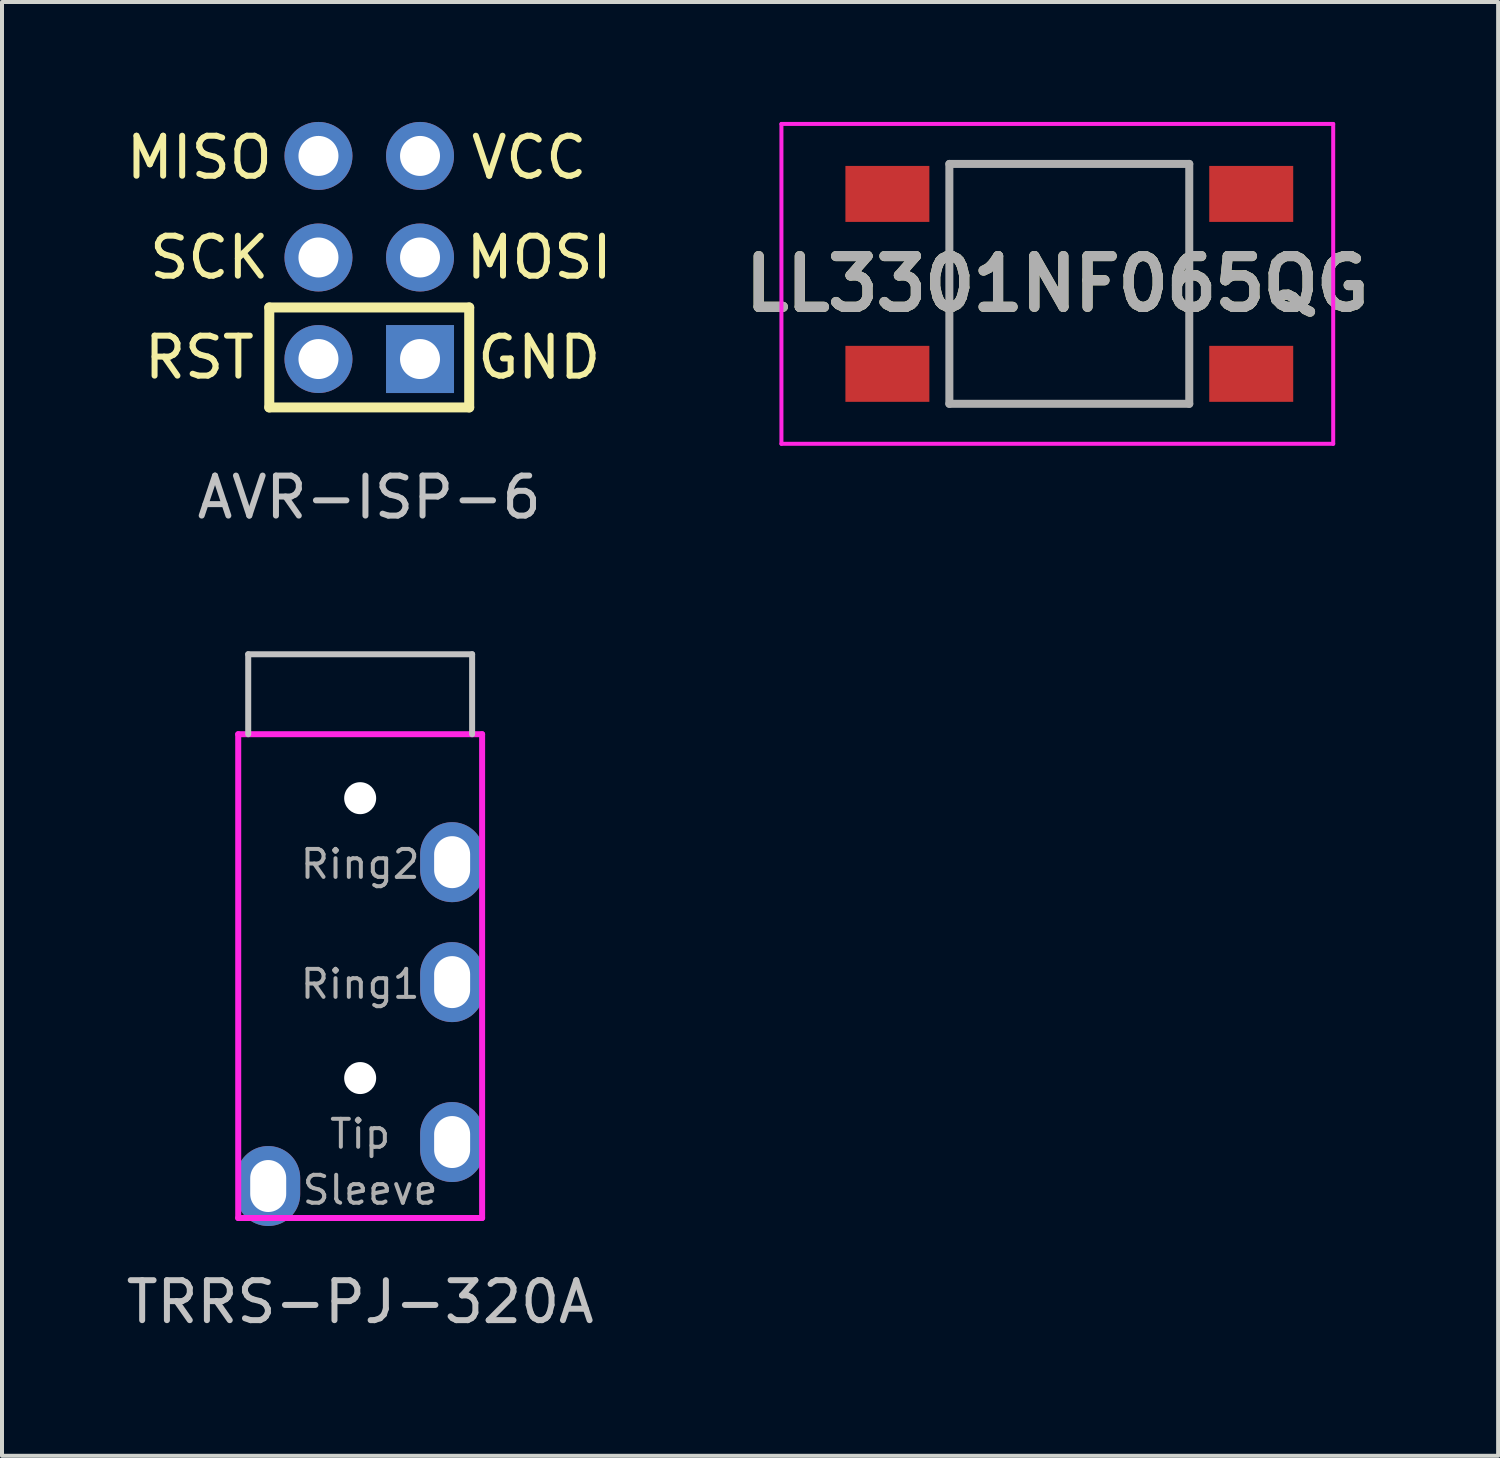
<source format=kicad_pcb>
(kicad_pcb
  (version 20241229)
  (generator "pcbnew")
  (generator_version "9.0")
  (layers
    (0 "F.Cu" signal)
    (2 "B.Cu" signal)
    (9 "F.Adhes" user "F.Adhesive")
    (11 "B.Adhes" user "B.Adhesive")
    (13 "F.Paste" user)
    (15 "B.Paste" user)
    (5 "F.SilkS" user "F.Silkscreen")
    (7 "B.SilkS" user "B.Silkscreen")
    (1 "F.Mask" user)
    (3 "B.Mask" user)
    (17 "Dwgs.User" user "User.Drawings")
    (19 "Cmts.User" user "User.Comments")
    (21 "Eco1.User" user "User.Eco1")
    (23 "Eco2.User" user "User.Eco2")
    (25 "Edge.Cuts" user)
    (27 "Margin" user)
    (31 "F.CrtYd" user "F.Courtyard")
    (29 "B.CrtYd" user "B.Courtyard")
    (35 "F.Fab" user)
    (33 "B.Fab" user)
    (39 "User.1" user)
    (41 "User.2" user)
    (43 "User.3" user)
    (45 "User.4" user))
  (footprint "AVR-ISP-6"
    (layer "F.Cu")
    (at 6.185 3.39)
    (property "Reference" "AVR-ISP-6" (at 0 6 0) (layer "Dwgs.User") (effects (font (size 1 1) (thickness 0.15))))
    (attr exclude_from_pos_files exclude_from_bom)
    (fp_line (start -2.5 1.25) (end 2.5 1.25) (stroke (width 0.25) (type solid)) (layer "F.SilkS"))
    (fp_line (start -2.5 3.75) (end -2.5 1.25) (stroke (width 0.25) (type solid)) (layer "F.SilkS"))
    (fp_line (start 2.5 1.25) (end 2.5 3.75) (stroke (width 0.25) (type solid)) (layer "F.SilkS"))
    (fp_line (start 2.5 3.75) (end -2.5 3.75) (stroke (width 0.25) (type solid)) (layer "F.SilkS"))
    (fp_text user "MISO" (at -4.25 -2.5 0) (layer "F.SilkS") (effects (font (size 1 1) (thickness 0.15))))
    (fp_text user "GND" (at 4.25 2.5 0) (layer "F.SilkS") (effects (font (size 1 1) (thickness 0.15))))
    (fp_text user "VCC" (at 4 -2.5 0) (layer "F.SilkS") (effects (font (size 1 1) (thickness 0.15))))
    (fp_text user "SCK" (at -4 0 0) (layer "F.SilkS") (effects (font (size 1 1) (thickness 0.15))))
    (fp_text user "MOSI" (at 4.25 0 0) (layer "F.SilkS") (effects (font (size 1 1) (thickness 0.15))))
    (fp_text user "RST" (at -4.25 2.5 0) (layer "F.SilkS") (effects (font (size 1 1) (thickness 0.15))))
    (pad "1" thru_hole circle (at -1.27 -2.54) (size 1.7 1.7) (drill 1) (layers "*.Cu" "F.Mask"))
    (pad "2" thru_hole circle (at 1.27 -2.54) (size 1.7 1.7) (drill 1) (layers "*.Cu" "F.Mask"))
    (pad "3" thru_hole circle (at -1.27 0) (size 1.7 1.7) (drill 1) (layers "*.Cu" "F.Mask"))
    (pad "4" thru_hole circle (at 1.27 0) (size 1.7 1.7) (drill 1) (layers "*.Cu" "F.Mask"))
    (pad "5" thru_hole circle (at -1.27 2.54) (size 1.7 1.7) (drill 1) (layers "*.Cu" "F.Mask"))
    (pad "6" thru_hole rect (at 1.27 2.54) (size 1.7 1.7) (drill 1) (layers "*.Cu" "F.Mask")))
  (footprint "TRRS-PJ-320A"
    (layer "F.Cu")
    (at 5.958 15.313)
    (property "Reference" "TRRS-PJ-320A" (at 0 14.2 0) (layer "Dwgs.User") (effects (font (size 1 1) (thickness 0.15))))
    (attr through_hole)
    (fp_line (start -2.8 0) (end -2.8 -2) (stroke (width 0.15) (type solid)) (layer "Dwgs.User"))
    (fp_line (start 2.8 -2) (end -2.8 -2) (stroke (width 0.15) (type solid)) (layer "Dwgs.User"))
    (fp_line (start 2.8 0) (end 2.8 -2) (stroke (width 0.15) (type solid)) (layer "Dwgs.User"))
    (fp_line (start -3.05 0) (end -3.05 12.1) (stroke (width 0.15) (type solid)) (layer "F.CrtYd"))
    (fp_line (start 3.05 0) (end -3.05 0) (stroke (width 0.15) (type solid)) (layer "F.CrtYd"))
    (fp_line (start 3.05 0) (end 3.05 12.1) (stroke (width 0.15) (type solid)) (layer "F.CrtYd"))
    (fp_line (start 3.05 12.1) (end -3.05 12.1) (stroke (width 0.15) (type solid)) (layer "F.CrtYd"))
    (fp_text user "Ring1" (at 0 6.25 0) (layer "F.Fab") (effects (font (size 0.7 0.7) (thickness 0.1))))
    (fp_text user "Tip" (at 0 10 0) (layer "F.Fab") (effects (font (size 0.7 0.7) (thickness 0.1))))
    (fp_text user "Ring2" (at 0 3.25 0) (layer "F.Fab") (effects (font (size 0.7 0.7) (thickness 0.1))))
    (fp_text user "Sleeve" (at 0.25 11.4 0) (layer "F.Fab") (effects (font (size 0.7 0.7) (thickness 0.1))))
    (pad "" np_thru_hole circle (at 0 1.6) (size 0.8 0.8) (drill 0.8) (layers "*.Cu" "*.Mask"))
    (pad "" np_thru_hole circle (at 0 8.6) (size 0.8 0.8) (drill 0.8) (layers "*.Cu" "*.Mask"))
    (pad "R1" thru_hole oval (at 2.3 6.2) (size 1.6 2) (drill oval 0.9 1.3) (layers "*.Cu" "*.Mask"))
    (pad "R2" thru_hole oval (at 2.3 3.2) (size 1.6 2) (drill oval 0.9 1.3) (layers "*.Cu" "*.Mask"))
    (pad "S" thru_hole oval (at -2.3 11.3) (size 1.6 2) (drill oval 0.9 1.3) (layers "*.Cu" "*.Mask"))
    (pad "T" thru_hole oval (at 2.3 10.2) (size 1.6 2) (drill oval 0.9 1.3) (layers "*.Cu" "*.Mask")))
  (footprint "LL3301NF065QG"
    (layer "F.Cu")
    (at 23.694 4.05)
    (property "Reference" "LL3301NF065QG" (at -0.3 0 0) (layer "F.SilkS") (effects (font (size 1.27 1.27) (thickness 0.254))))
    (attr smd)
    (fp_line (start -3 -3) (end 3 -3) (stroke (width 0.1) (type solid)) (layer "F.SilkS"))
    (fp_line (start -3 3) (end -3 -3) (stroke (width 0.1) (type solid)) (layer "F.SilkS"))
    (fp_line (start 3 -3) (end 3 3) (stroke (width 0.1) (type solid)) (layer "F.SilkS"))
    (fp_line (start 3 3) (end -3 3) (stroke (width 0.1) (type solid)) (layer "F.SilkS"))
    (fp_line (start -7.2 -4) (end 6.6 -4) (stroke (width 0.1) (type solid)) (layer "F.CrtYd"))
    (fp_line (start -7.2 4) (end -7.2 -4) (stroke (width 0.1) (type solid)) (layer "F.CrtYd"))
    (fp_line (start 6.6 -4) (end 6.6 4) (stroke (width 0.1) (type solid)) (layer "F.CrtYd"))
    (fp_line (start 6.6 4) (end -7.2 4) (stroke (width 0.1) (type solid)) (layer "F.CrtYd"))
    (fp_line (start -3 -3) (end 3 -3) (stroke (width 0.2) (type solid)) (layer "F.Fab"))
    (fp_line (start -3 3) (end -3 -3) (stroke (width 0.2) (type solid)) (layer "F.Fab"))
    (fp_line (start 3 -3) (end 3 3) (stroke (width 0.2) (type solid)) (layer "F.Fab"))
    (fp_line (start 3 3) (end -3 3) (stroke (width 0.2) (type solid)) (layer "F.Fab"))
    (fp_text user "${REFERENCE}" (at -0.3 0 0) (layer "F.Fab") (effects (font (size 1.27 1.27) (thickness 0.254))))
    (pad "1" smd rect (at -4.55 -2.25 90) (size 1.4 2.1) (layers "F.Cu" "F.Mask" "F.Paste"))
    (pad "1" smd rect (at 4.55 -2.25 90) (size 1.4 2.1) (layers "F.Cu" "F.Mask" "F.Paste"))
    (pad "2" smd rect (at -4.55 2.25 90) (size 1.4 2.1) (layers "F.Cu" "F.Mask" "F.Paste"))
    (pad "2" smd rect (at 4.55 2.25 90) (size 1.4 2.1) (layers "F.Cu" "F.Mask" "F.Paste")))
  (gr_rect
    (start -3 -3)
    (end 34.419 33.361)
    (stroke (width 0.1) (type default))
    (fill no)
    (layer "Edge.Cuts")))
</source>
